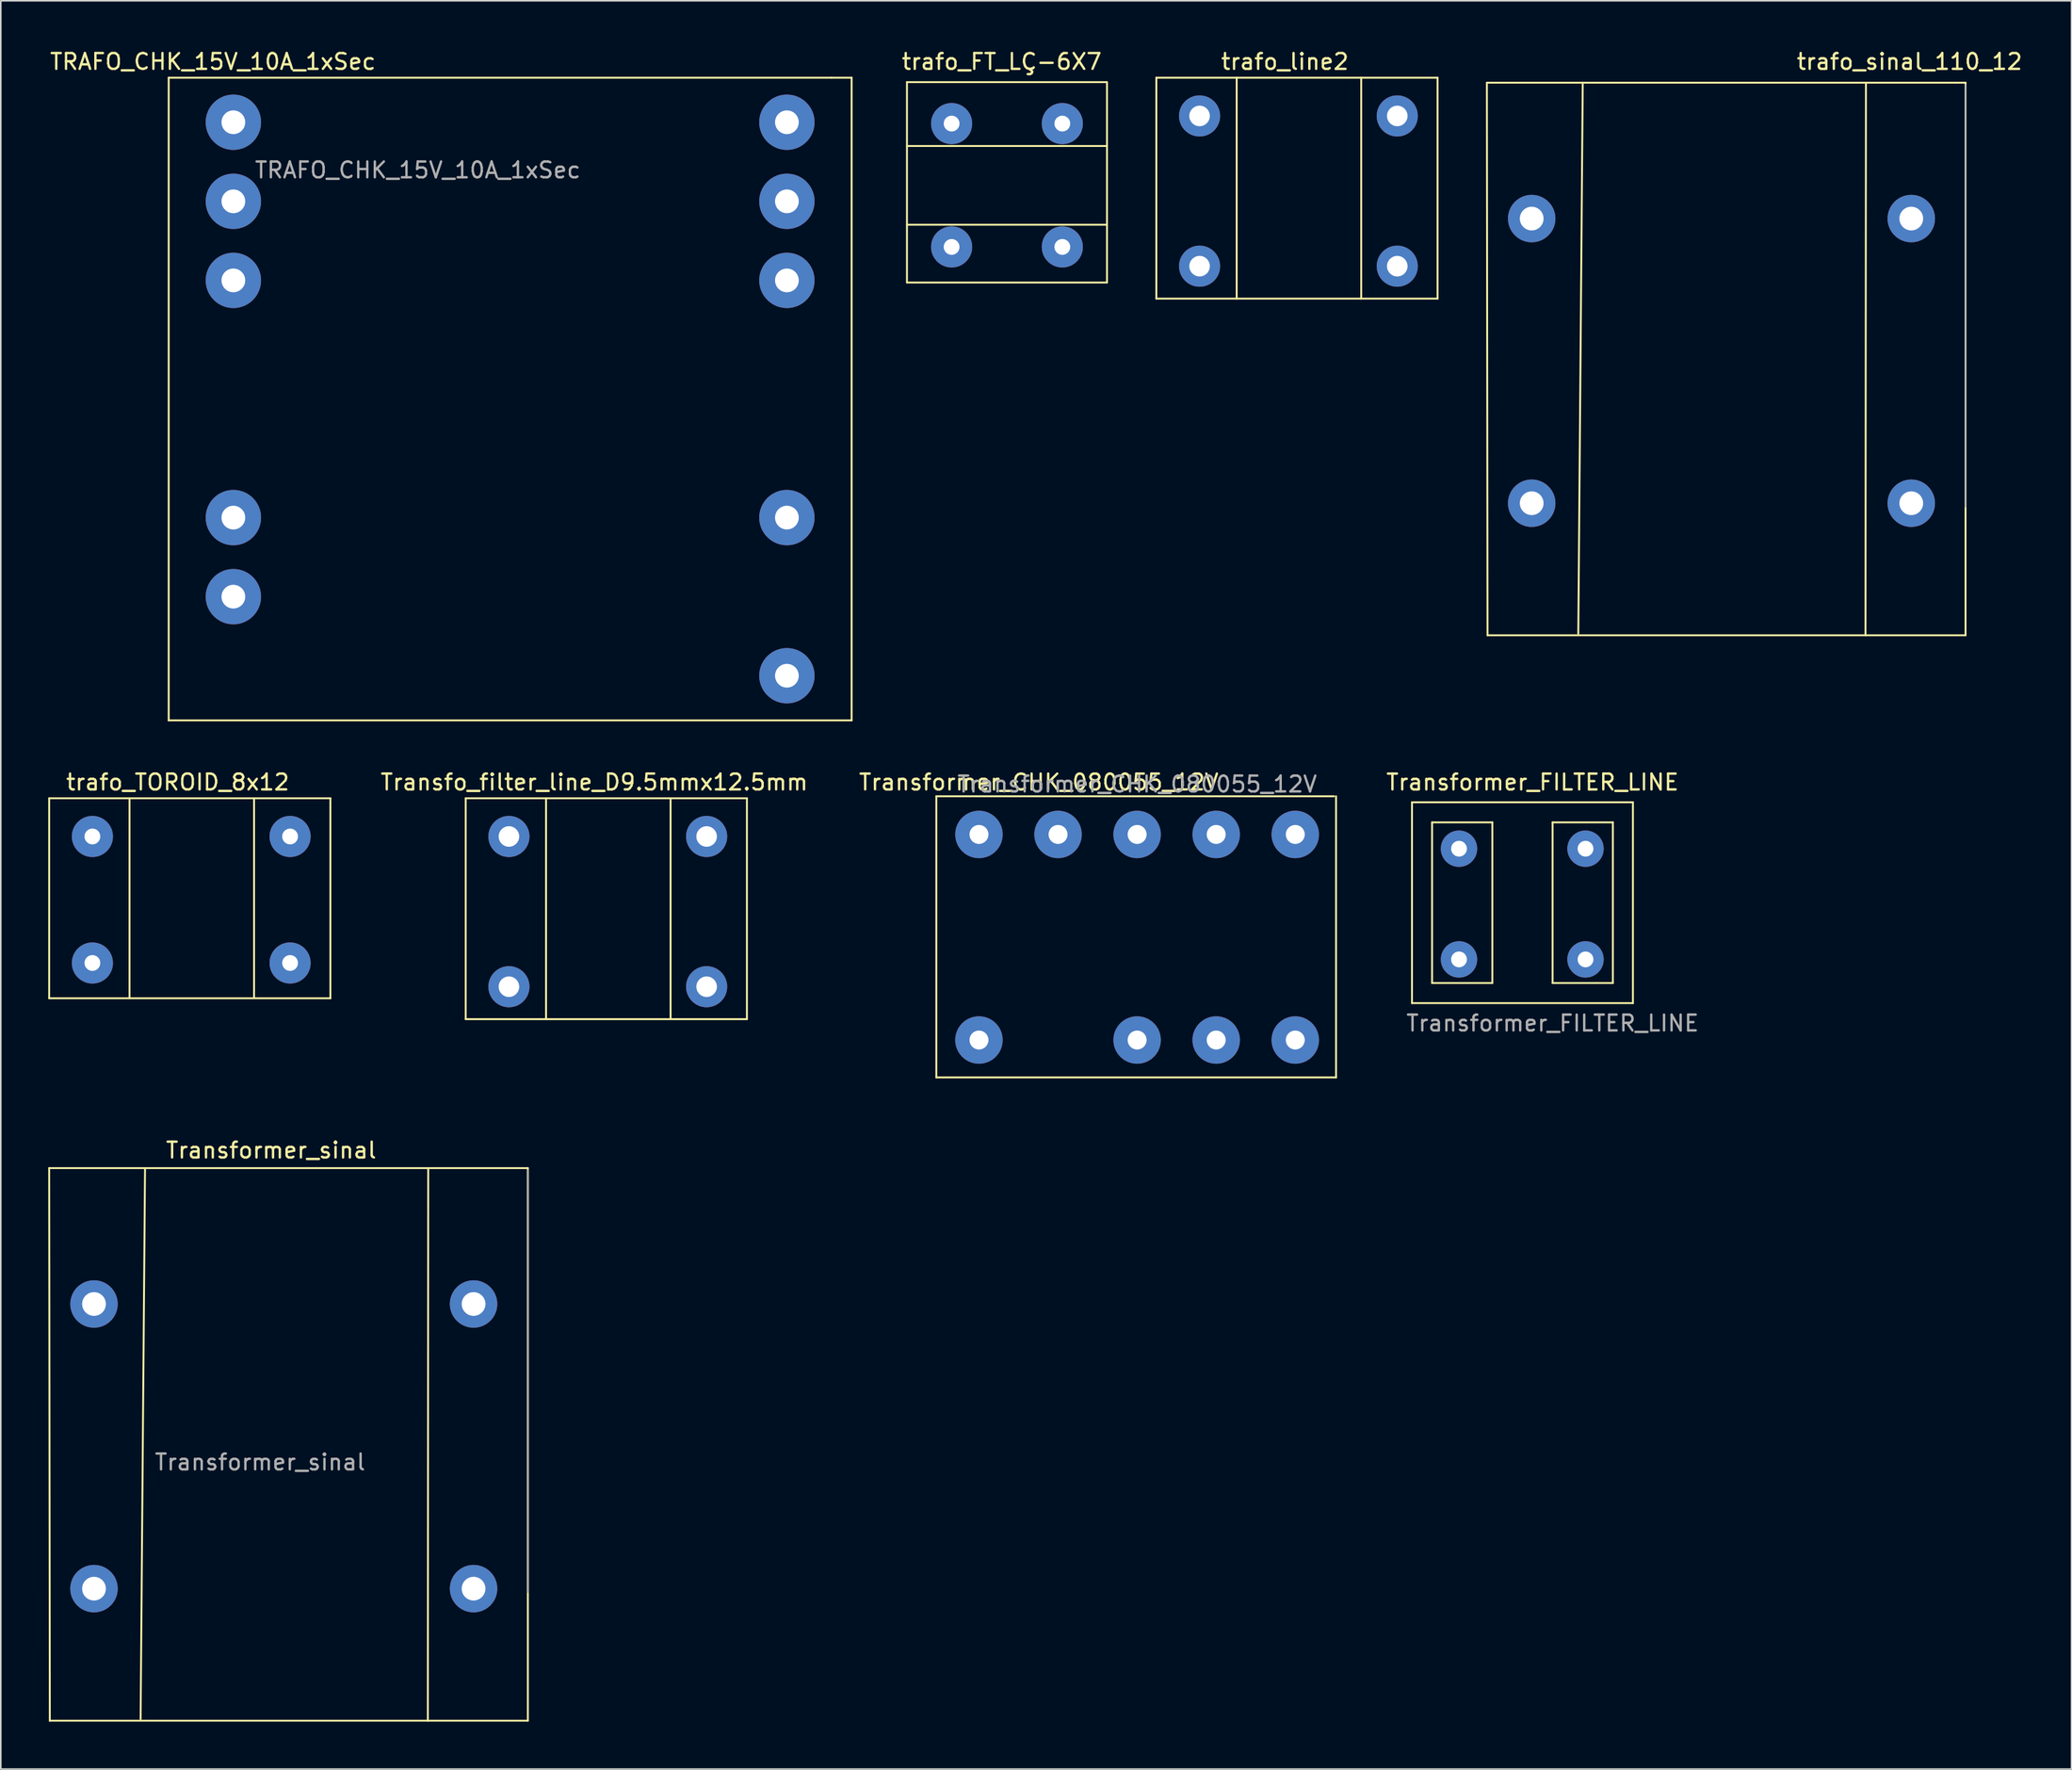
<source format=kicad_pcb>
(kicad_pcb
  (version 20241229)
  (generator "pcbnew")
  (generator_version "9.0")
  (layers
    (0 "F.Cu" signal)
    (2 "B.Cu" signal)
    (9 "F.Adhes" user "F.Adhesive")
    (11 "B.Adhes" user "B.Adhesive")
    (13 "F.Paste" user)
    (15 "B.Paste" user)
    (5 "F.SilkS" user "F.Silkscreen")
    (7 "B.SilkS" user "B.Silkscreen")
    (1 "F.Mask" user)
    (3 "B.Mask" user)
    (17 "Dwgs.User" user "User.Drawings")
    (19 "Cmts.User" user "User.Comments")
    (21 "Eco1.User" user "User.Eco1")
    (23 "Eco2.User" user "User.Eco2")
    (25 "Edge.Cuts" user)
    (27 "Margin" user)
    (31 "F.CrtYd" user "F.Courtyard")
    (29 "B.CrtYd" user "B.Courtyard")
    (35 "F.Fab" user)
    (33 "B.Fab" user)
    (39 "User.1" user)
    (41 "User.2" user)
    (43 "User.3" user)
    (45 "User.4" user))
  (footprint "Transformer_sinal"
    (layer "F.Cu")
    (at 15.162 86.634)
    (property "Reference" "Transformer_sinal" (at -1.067 -16.946 180) (layer "F.SilkS") (effects (font (size 1 1) (thickness 0.15))))
    (attr through_hole)
    (fp_line (start -15.102 -15.816) (end -15.062 19.126) (stroke (width 0.12) (type solid)) (layer "F.SilkS"))
    (fp_line (start -15.102 -15.816) (end 15.164 -15.816) (stroke (width 0.12) (type solid)) (layer "F.SilkS"))
    (fp_line (start -9.042 -15.723) (end -9.322 19.025) (stroke (width 0.12) (type solid)) (layer "F.SilkS"))
    (fp_line (start 8.865 -15.748) (end 8.839 19.126) (stroke (width 0.12) (type solid)) (layer "F.SilkS"))
    (fp_line (start 15.164 19.126) (end -15.062 19.126) (stroke (width 0.12) (type solid)) (layer "F.SilkS"))
    (fp_line (start 15.164 19.126) (end 15.164 -15.816) (stroke (width 0.12) (type solid)) (layer "F.SilkS"))
    (fp_line (start 15.164 10.998) (end 15.164 -15.672) (stroke (width 0.1) (type solid)) (layer "F.Fab"))
    (fp_text user "${REFERENCE}" (at -1.768 2.776 0) (layer "F.Fab") (effects (font (size 1 1) (thickness 0.15))))
    (pad "P1" thru_hole circle (at 11.732 10.776) (size 3 3) (drill 1.5) (layers "*.Cu" "*.Mask"))
    (pad "P2" thru_hole circle (at 11.732 -7.224) (size 3 3) (drill 1.5) (layers "*.Cu" "*.Mask"))
    (pad "S1" thru_hole circle (at -12.268 10.776) (size 3 3) (drill 1.5) (layers "*.Cu" "*.Mask"))
    (pad "S2" thru_hole circle (at -12.268 -7.224) (size 3 3) (drill 1.5) (layers "*.Cu" "*.Mask")))
  (footprint "trafo_sinal_110_12"
    (layer "F.Cu")
    (at 106.068 17.996)
    (property "Reference" "trafo_sinal_110_12" (at 11.62 -17.148 180) (layer "F.SilkS") (effects (font (size 1 1) (thickness 0.15))))
    (attr through_hole)
    (fp_line (start -15.102 -15.816) (end -15.062 19.126) (stroke (width 0.12) (type solid)) (layer "F.SilkS"))
    (fp_line (start -15.102 -15.816) (end 15.164 -15.816) (stroke (width 0.12) (type solid)) (layer "F.SilkS"))
    (fp_line (start -9.042 -15.723) (end -9.322 19.025) (stroke (width 0.12) (type solid)) (layer "F.SilkS"))
    (fp_line (start 8.865 -15.748) (end 8.839 19.126) (stroke (width 0.12) (type solid)) (layer "F.SilkS"))
    (fp_line (start 15.164 19.126) (end -15.062 19.126) (stroke (width 0.12) (type solid)) (layer "F.SilkS"))
    (fp_line (start 15.164 19.126) (end 15.164 -15.816) (stroke (width 0.12) (type solid)) (layer "F.SilkS"))
    (fp_line (start 15.164 10.998) (end 15.164 -15.672) (stroke (width 0.1) (type solid)) (layer "F.Fab"))
    (pad "P1" thru_hole circle (at 11.732 10.776) (size 3 3) (drill 1.5) (layers "*.Cu" "*.Mask"))
    (pad "P2" thru_hole circle (at 11.732 -7.224) (size 3 3) (drill 1.5) (layers "*.Cu" "*.Mask"))
    (pad "S1" thru_hole circle (at -12.268 10.776) (size 3 3) (drill 1.5) (layers "*.Cu" "*.Mask"))
    (pad "S2" thru_hole circle (at -12.268 -7.224) (size 3 3) (drill 1.5) (layers "*.Cu" "*.Mask")))
  (footprint "TRAFO_CHK_15V_10A_1xSec"
    (layer "F.Cu")
    (at 30.477 20.914)
    (property "Reference" "TRAFO_CHK_15V_10A_1xSec" (at -20.066 -20.066 0) (layer "F.SilkS") (effects (font (size 1 1) (thickness 0.15))))
    (attr through_hole)
    (fp_line (start -22.86 -19.05) (end 19.05 -19.05) (stroke (width 0.12) (type solid)) (layer "F.SilkS"))
    (fp_line (start -22.86 21.59) (end -22.86 -19.05) (stroke (width 0.12) (type solid)) (layer "F.SilkS"))
    (fp_line (start 19.05 -19.05) (end 20.32 -19.05) (stroke (width 0.12) (type solid)) (layer "F.SilkS"))
    (fp_line (start 20.32 -19.05) (end 20.32 21.59) (stroke (width 0.12) (type solid)) (layer "F.SilkS"))
    (fp_line (start 20.32 21.59) (end -22.86 21.59) (stroke (width 0.12) (type solid)) (layer "F.SilkS"))
    (fp_text user "${REFERENCE}" (at -7.112 -13.208 180) (layer "F.Fab") (effects (font (size 1 1) (thickness 0.15))))
    (pad "1" thru_hole circle (at 16.229 -16.233) (size 3.5 3.5) (drill 1.5) (layers "*.Cu" "*.Mask"))
    (pad "2" thru_hole circle (at 16.229 -11.233) (size 3.5 3.5) (drill 1.5) (layers "*.Cu" "*.Mask"))
    (pad "3" thru_hole circle (at 16.229 -6.233) (size 3.5 3.5) (drill 1.5) (layers "*.Cu" "*.Mask"))
    (pad "4" thru_hole circle (at -18.771 -16.233) (size 3.5 3.5) (drill 1.5) (layers "*.Cu" "*.Mask"))
    (pad "5" thru_hole circle (at -18.771 -11.233) (size 3.5 3.5) (drill 1.5) (layers "*.Cu" "*.Mask"))
    (pad "6" thru_hole circle (at -18.771 -6.233) (size 3.5 3.5) (drill 1.5) (layers "*.Cu" "*.Mask"))
    (pad "7" thru_hole circle (at -18.771 8.767) (size 3.5 3.5) (drill 1.5) (layers "*.Cu" "*.Mask"))
    (pad "8" thru_hole circle (at -18.771 13.767) (size 3.5 3.5) (drill 1.5) (layers "*.Cu" "*.Mask"))
    (pad "9" thru_hole circle (at 16.229 18.767) (size 3.5 3.5) (drill 1.5) (layers "*.Cu" "*.Mask"))
    (pad "10" thru_hole circle (at 16.229 8.767) (size 3.5 3.5) (drill 1.5) (layers "*.Cu" "*.Mask")))
  (footprint "Transformer_FILTER_LINE"
    (layer "F.Cu")
    (at 94.232 57.462)
    (property "Reference" "Transformer_FILTER_LINE" (at -0.381 -11.049 180) (layer "F.SilkS") (effects (font (size 1 1) (thickness 0.15))))
    (attr through_hole)
    (fp_line (start -8.001 -9.779) (end 5.969 -9.779) (stroke (width 0.12) (type solid)) (layer "F.SilkS"))
    (fp_line (start -8.001 2.921) (end -8.001 -9.779) (stroke (width 0.12) (type solid)) (layer "F.SilkS"))
    (fp_line (start -6.731 -8.509) (end -2.921 -8.509) (stroke (width 0.12) (type solid)) (layer "F.SilkS"))
    (fp_line (start -6.731 1.651) (end -6.731 -8.509) (stroke (width 0.12) (type solid)) (layer "F.SilkS"))
    (fp_line (start -2.921 -8.509) (end -2.921 1.651) (stroke (width 0.12) (type solid)) (layer "F.SilkS"))
    (fp_line (start -2.921 1.651) (end -6.731 1.651) (stroke (width 0.12) (type solid)) (layer "F.SilkS"))
    (fp_line (start 0.889 -8.509) (end 4.699 -8.509) (stroke (width 0.12) (type solid)) (layer "F.SilkS"))
    (fp_line (start 0.889 1.651) (end 0.889 -8.509) (stroke (width 0.12) (type solid)) (layer "F.SilkS"))
    (fp_line (start 4.699 -8.509) (end 4.699 1.651) (stroke (width 0.12) (type solid)) (layer "F.SilkS"))
    (fp_line (start 4.699 1.651) (end 0.889 1.651) (stroke (width 0.12) (type solid)) (layer "F.SilkS"))
    (fp_line (start 5.969 -9.779) (end 5.969 2.921) (stroke (width 0.12) (type solid)) (layer "F.SilkS"))
    (fp_line (start 5.969 2.921) (end -8.001 2.921) (stroke (width 0.12) (type solid)) (layer "F.SilkS"))
    (fp_text user "${REFERENCE}" (at 0.889 4.191 0) (layer "F.Fab") (effects (font (size 1 1) (thickness 0.15))))
    (pad "1" thru_hole circle (at -5.029 0.157) (size 2.3 2.3) (drill 1) (layers "*.Cu" "*.Mask"))
    (pad "2" thru_hole circle (at -5.029 -6.843) (size 2.3 2.3) (drill 1) (layers "*.Cu" "*.Mask"))
    (pad "3" thru_hole circle (at 2.971 -6.843) (size 2.3 2.3) (drill 1) (layers "*.Cu" "*.Mask"))
    (pad "4" thru_hole circle (at 2.971 0.157) (size 2.3 2.3) (drill 1) (layers "*.Cu" "*.Mask")))
  (footprint "trafo_line2"
    (layer "F.Cu")
    (at 75.146 9.484)
    (property "Reference" "trafo_line2" (at 3.048 -8.636 0) (layer "F.SilkS") (effects (font (size 1 1) (thickness 0.15))))
    (attr through_hole)
    (fp_line (start -5.08 -7.62) (end 12.7 -7.62) (stroke (width 0.12) (type solid)) (layer "F.SilkS"))
    (fp_line (start -5.08 6.35) (end -5.08 -7.62) (stroke (width 0.12) (type solid)) (layer "F.SilkS"))
    (fp_line (start 0 -7.62) (end 0 6.35) (stroke (width 0.12) (type solid)) (layer "F.SilkS"))
    (fp_line (start 7.874 -7.62) (end 7.874 6.35) (stroke (width 0.12) (type solid)) (layer "F.SilkS"))
    (fp_line (start 12.7 -7.62) (end 12.7 6.35) (stroke (width 0.12) (type solid)) (layer "F.SilkS"))
    (fp_line (start 12.7 6.35) (end -5.08 6.35) (stroke (width 0.12) (type solid)) (layer "F.SilkS"))
    (pad "A" thru_hole circle (at -2.347 -5.202) (size 2.6 2.6) (drill 1.3) (layers "*.Cu" "*.Mask"))
    (pad "B" thru_hole circle (at -2.347 4.298) (size 2.6 2.6) (drill 1.3) (layers "*.Cu" "*.Mask"))
    (pad "C" thru_hole circle (at 10.153 -5.202) (size 2.6 2.6) (drill 1.3) (layers "*.Cu" "*.Mask"))
    (pad "D" thru_hole circle (at 10.153 4.298) (size 2.6 2.6) (drill 1.3) (layers "*.Cu" "*.Mask")))
  (footprint "Transformer_CHK_080055_12V"
    (layer "F.Cu")
    (at 66.823 65.59)
    (property "Reference" "Transformer_CHK_080055_12V" (at -4.191 -19.177 180) (layer "F.SilkS") (effects (font (size 1 1) (thickness 0.15))))
    (attr through_hole)
    (fp_line (start -10.668 -18.288) (end 14.478 -18.288) (stroke (width 0.12) (type solid)) (layer "F.SilkS"))
    (fp_line (start -10.668 -0.508) (end -10.668 -18.288) (stroke (width 0.12) (type solid)) (layer "F.SilkS"))
    (fp_line (start 14.605 -18.288) (end 14.605 -0.508) (stroke (width 0.12) (type solid)) (layer "F.SilkS"))
    (fp_line (start 14.605 -0.508) (end -10.668 -0.508) (stroke (width 0.12) (type solid)) (layer "F.SilkS"))
    (fp_text user "${REFERENCE}" (at 2.032 -19.05 180) (layer "F.Fab") (effects (font (size 1 1) (thickness 0.15))))
    (pad "1" thru_hole circle (at 2.027 -15.873 90) (size 3 3) (drill 1.2) (layers "*.Cu" "*.Mask"))
    (pad "1" thru_hole circle (at 7.027 -15.873 90) (size 3 3) (drill 1.2) (layers "*.Cu" "*.Mask"))
    (pad "1" thru_hole circle (at 12.027 -15.873 90) (size 3 3) (drill 1.2) (layers "*.Cu" "*.Mask"))
    (pad "2" thru_hole circle (at -7.973 -15.873 90) (size 3 3) (drill 1.2) (layers "*.Cu" "*.Mask"))
    (pad "2" thru_hole circle (at -2.973 -15.873 90) (size 3 3) (drill 1.2) (layers "*.Cu" "*.Mask"))
    (pad "3" thru_hole circle (at 12.027 -2.873 90) (size 3 3) (drill 1.2) (layers "*.Cu" "*.Mask"))
    (pad "4" thru_hole circle (at 7.027 -2.873 90) (size 3 3) (drill 1.2) (layers "*.Cu" "*.Mask"))
    (pad "5" thru_hole circle (at 2.027 -2.873 90) (size 3 3) (drill 1.2) (layers "*.Cu" "*.Mask"))
    (pad "6" thru_hole circle (at -7.973 -2.873 90) (size 3 3) (drill 1.2) (layers "*.Cu" "*.Mask")))
  (footprint "trafo_TOROID_8x12"
    (layer "F.Cu")
    (at 5.14 55.048)
    (property "Reference" "trafo_TOROID_8x12" (at 3.048 -8.636 0) (layer "F.SilkS") (effects (font (size 1 1) (thickness 0.15))))
    (attr through_hole)
    (fp_line (start -5.08 -7.62) (end 12.7 -7.62) (stroke (width 0.12) (type solid)) (layer "F.SilkS"))
    (fp_line (start -5.08 5.029) (end -5.08 -7.62) (stroke (width 0.12) (type solid)) (layer "F.SilkS"))
    (fp_line (start 0 -7.62) (end 0 5.029) (stroke (width 0.12) (type solid)) (layer "F.SilkS"))
    (fp_line (start 7.874 -7.62) (end 7.874 4.978) (stroke (width 0.12) (type solid)) (layer "F.SilkS"))
    (fp_line (start 12.7 -7.62) (end 12.7 5.029) (stroke (width 0.12) (type solid)) (layer "F.SilkS"))
    (fp_line (start 12.7 5.029) (end -5.08 5.029) (stroke (width 0.12) (type solid)) (layer "F.SilkS"))
    (pad "1" thru_hole circle (at -2.347 -5.202) (size 2.6 2.6) (drill 1) (layers "*.Cu" "*.Mask"))
    (pad "2" thru_hole circle (at -2.347 2.798) (size 2.6 2.6) (drill 1) (layers "*.Cu" "*.Mask"))
    (pad "3" thru_hole circle (at 10.153 -5.202) (size 2.6 2.6) (drill 1) (layers "*.Cu" "*.Mask"))
    (pad "4" thru_hole circle (at 10.153 2.798) (size 2.6 2.6) (drill 1) (layers "*.Cu" "*.Mask")))
  (footprint "Transfo_filter_line_D9.5mmx12.5mm"
    (layer "F.Cu")
    (at 31.477 55.048)
    (property "Reference" "Transfo_filter_line_D9.5mmx12.5mm" (at 3.048 -8.636 0) (layer "F.SilkS") (effects (font (size 1 1) (thickness 0.15))))
    (attr through_hole)
    (fp_line (start -5.08 -7.62) (end 12.7 -7.62) (stroke (width 0.12) (type solid)) (layer "F.SilkS"))
    (fp_line (start -5.08 6.35) (end -5.08 -7.62) (stroke (width 0.12) (type solid)) (layer "F.SilkS"))
    (fp_line (start 0 -7.62) (end 0 6.35) (stroke (width 0.12) (type solid)) (layer "F.SilkS"))
    (fp_line (start 7.874 -7.62) (end 7.874 6.35) (stroke (width 0.12) (type solid)) (layer "F.SilkS"))
    (fp_line (start 12.7 -7.62) (end 12.7 6.35) (stroke (width 0.12) (type solid)) (layer "F.SilkS"))
    (fp_line (start 12.7 6.35) (end -5.08 6.35) (stroke (width 0.12) (type solid)) (layer "F.SilkS"))
    (pad "1" thru_hole circle (at 10.153 4.298) (size 2.6 2.6) (drill 1.3) (layers "*.Cu" "*.Mask"))
    (pad "2" thru_hole circle (at 10.153 -5.202) (size 2.6 2.6) (drill 1.3) (layers "*.Cu" "*.Mask"))
    (pad "3" thru_hole circle (at -2.347 -5.202) (size 2.6 2.6) (drill 1.3) (layers "*.Cu" "*.Mask"))
    (pad "4" thru_hole circle (at -2.347 4.298) (size 2.6 2.6) (drill 1.3) (layers "*.Cu" "*.Mask")))
  (footprint "trafo_FT_LÇ-6X7"
    (layer "F.Cu")
    (at 60.647 8.443)
    (property "Reference" "trafo_FT_LÇ-6X7" (at -0.356 -7.595 0) (layer "F.SilkS") (effects (font (size 1 1) (thickness 0.15))))
    (attr through_hole)
    (fp_line (start -6.35 -6.299) (end 6.274 -6.299) (stroke (width 0.12) (type solid)) (layer "F.SilkS"))
    (fp_line (start -6.35 -2.261) (end 6.248 -2.261) (stroke (width 0.12) (type solid)) (layer "F.SilkS"))
    (fp_line (start -6.35 2.718) (end 6.274 2.718) (stroke (width 0.12) (type solid)) (layer "F.SilkS"))
    (fp_line (start -6.35 6.375) (end -6.35 -6.299) (stroke (width 0.12) (type solid)) (layer "F.SilkS"))
    (fp_line (start 6.299 -6.299) (end 6.299 6.375) (stroke (width 0.12) (type solid)) (layer "F.SilkS"))
    (fp_line (start 6.299 6.375) (end -6.35 6.375) (stroke (width 0.12) (type solid)) (layer "F.SilkS"))
    (pad "1" thru_hole circle (at -3.526 -3.678 90) (size 2.6 2.6) (drill 1) (layers "*.Cu" "*.Mask"))
    (pad "2" thru_hole circle (at 3.474 -3.678 90) (size 2.6 2.6) (drill 1) (layers "*.Cu" "*.Mask"))
    (pad "3" thru_hole circle (at 3.474 4.122 90) (size 2.6 2.6) (drill 1) (layers "*.Cu" "*.Mask"))
    (pad "4" thru_hole circle (at -3.526 4.122 90) (size 2.6 2.6) (drill 1) (layers "*.Cu" "*.Mask")))
  (gr_rect
    (start -3 -3)
    (end 127.933 108.82)
    (stroke (width 0.1) (type default))
    (fill no)
    (layer "Edge.Cuts")))
</source>
